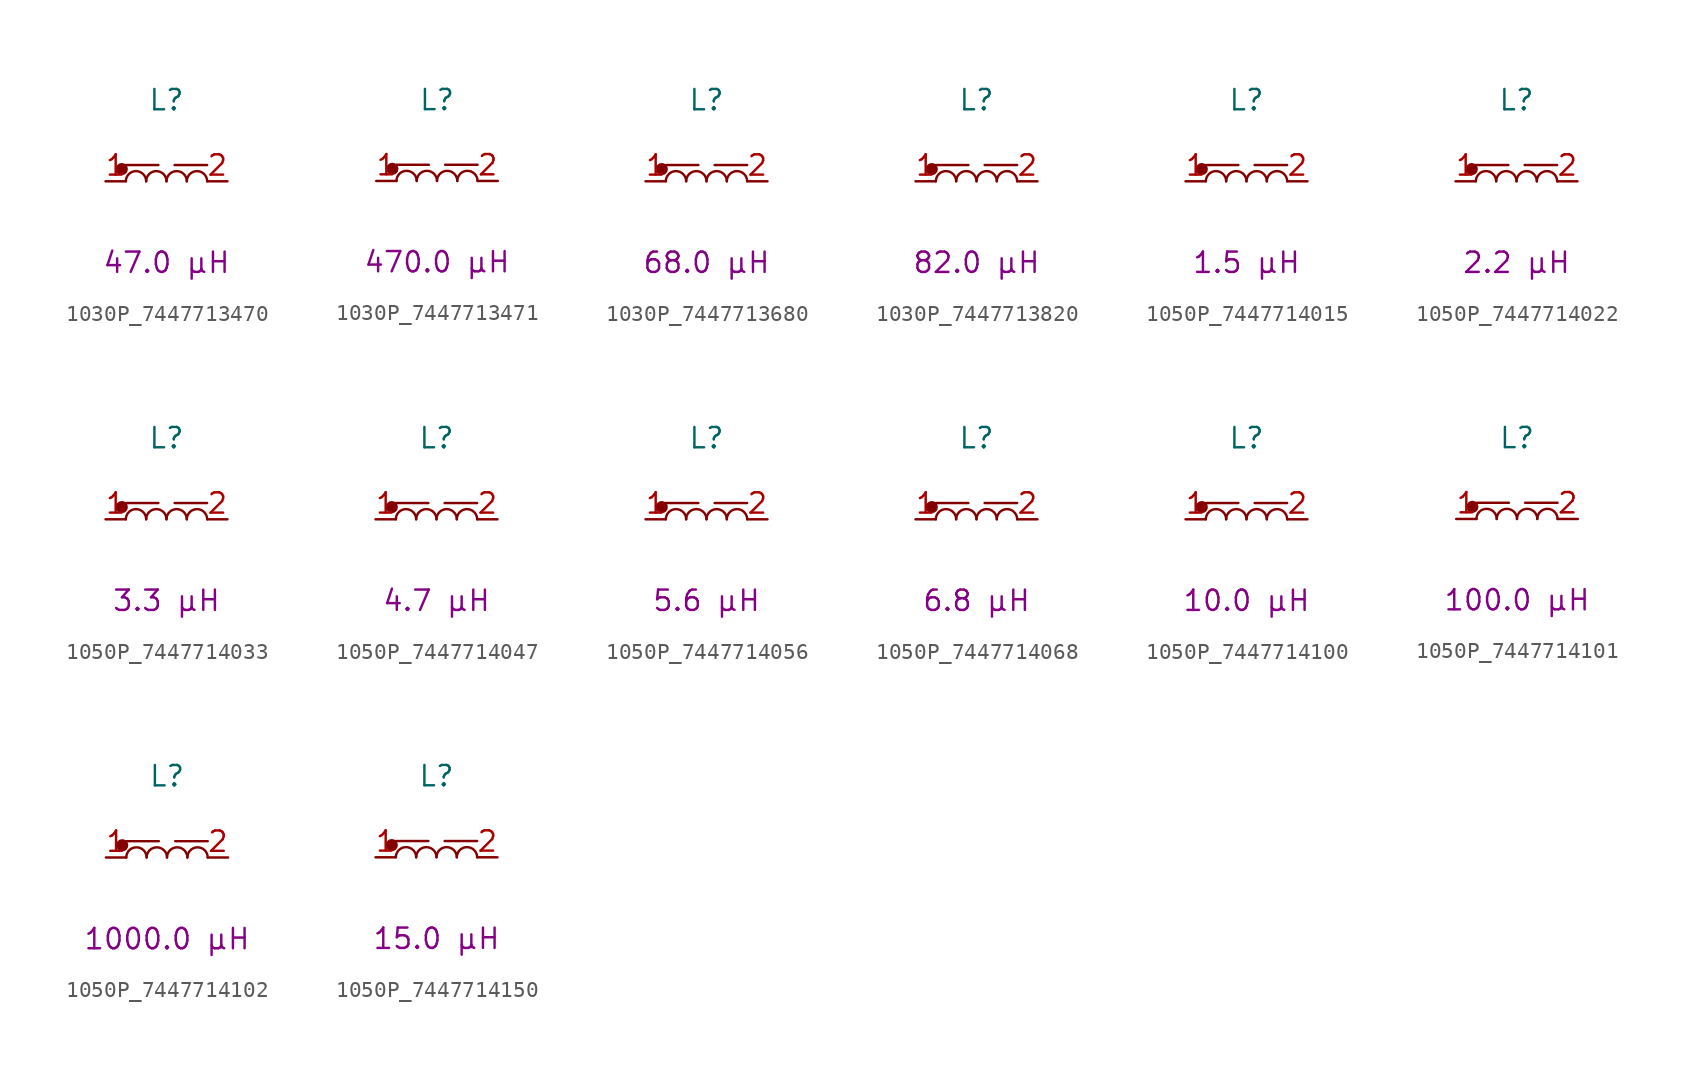
<source format=kicad_sym>
(kicad_symbol_lib
  (version 20220914)
  (generator kicad_symbol_editor)
  (symbol "1030P_7447713470"
    (pin_names hide)
    (property "Reference" "L"
      (at 0 5.08 0)
      (effects (font (size 1.27 1.27))))
    (property "Critical Parameter" "47.0 µH"
      (at 0 -5.08 0)
      (effects (font (size 1.27 1.27))))
    (symbol "1030P_7447713470_0_1"
      (arc (start -1.27 0) (mid -1.905 0.6323) (end -2.54 0) (stroke (width 0) (type default)) (fill (type none)))
      (arc (start 0 0) (mid -0.635 0.6323) (end -1.27 0) (stroke (width 0) (type default)) (fill (type none)))
      (polyline (pts (xy -2.54 1.016) (xy -0.508 1.016)) (stroke (width 0) (type default)) (fill (type none)))
      (arc (start 1.27 0) (mid 0.635 0.6323) (end 0 0) (stroke (width 0) (type default)) (fill (type none)))
      (arc (start 2.54 0) (mid 1.905 0.6323) (end 1.27 0) (stroke (width 0) (type default)) (fill (type none))))
    (symbol "1030P_7447713470_1_1"
      (circle (center -2.794 0.762) (radius 0.0001) (stroke (width 0.381) (type default)) (fill (type none)))
      (polyline (pts (xy 2.54 1.016) (xy 0.508 1.016)) (stroke (width 0) (type default)) (fill (type none)))
      (pin passive line (at -3.81 0 0) (length 1.27) (name "1" (effects (font (size 1.27 1.27)))) (number "1" (effects (font (size 1.27 1.27)))))
      (pin passive line (at 3.81 0 180) (length 1.27) (name "2" (effects (font (size 1.27 1.27)))) (number "2" (effects (font (size 1.27 1.27)))))))
  (symbol "1030P_7447713471"
    (pin_names hide)
    (property "Reference" "L"
      (at 0 5.08 0)
      (effects (font (size 1.27 1.27))))
    (property "Critical Parameter" "470.0 µH"
      (at 0 -5.08 0)
      (effects (font (size 1.27 1.27))))
    (symbol "1030P_7447713471_0_1"
      (arc (start -1.27 0) (mid -1.905 0.6323) (end -2.54 0) (stroke (width 0) (type default)) (fill (type none)))
      (arc (start 0 0) (mid -0.635 0.6323) (end -1.27 0) (stroke (width 0) (type default)) (fill (type none)))
      (polyline (pts (xy -2.54 1.016) (xy -0.508 1.016)) (stroke (width 0) (type default)) (fill (type none)))
      (arc (start 1.27 0) (mid 0.635 0.6323) (end 0 0) (stroke (width 0) (type default)) (fill (type none)))
      (arc (start 2.54 0) (mid 1.905 0.6323) (end 1.27 0) (stroke (width 0) (type default)) (fill (type none))))
    (symbol "1030P_7447713471_1_1"
      (circle (center -2.794 0.762) (radius 0.0001) (stroke (width 0.381) (type default)) (fill (type none)))
      (polyline (pts (xy 2.54 1.016) (xy 0.508 1.016)) (stroke (width 0) (type default)) (fill (type none)))
      (pin passive line (at -3.81 0 0) (length 1.27) (name "1" (effects (font (size 1.27 1.27)))) (number "1" (effects (font (size 1.27 1.27)))))
      (pin passive line (at 3.81 0 180) (length 1.27) (name "2" (effects (font (size 1.27 1.27)))) (number "2" (effects (font (size 1.27 1.27)))))))
  (symbol "1030P_7447713680"
    (pin_names hide)
    (property "Reference" "L"
      (at 0 5.08 0)
      (effects (font (size 1.27 1.27))))
    (property "Critical Parameter" "68.0 µH"
      (at 0 -5.08 0)
      (effects (font (size 1.27 1.27))))
    (symbol "1030P_7447713680_0_1"
      (arc (start -1.27 0) (mid -1.905 0.6323) (end -2.54 0) (stroke (width 0) (type default)) (fill (type none)))
      (arc (start 0 0) (mid -0.635 0.6323) (end -1.27 0) (stroke (width 0) (type default)) (fill (type none)))
      (polyline (pts (xy -2.54 1.016) (xy -0.508 1.016)) (stroke (width 0) (type default)) (fill (type none)))
      (arc (start 1.27 0) (mid 0.635 0.6323) (end 0 0) (stroke (width 0) (type default)) (fill (type none)))
      (arc (start 2.54 0) (mid 1.905 0.6323) (end 1.27 0) (stroke (width 0) (type default)) (fill (type none))))
    (symbol "1030P_7447713680_1_1"
      (circle (center -2.794 0.762) (radius 0.0001) (stroke (width 0.381) (type default)) (fill (type none)))
      (polyline (pts (xy 2.54 1.016) (xy 0.508 1.016)) (stroke (width 0) (type default)) (fill (type none)))
      (pin passive line (at -3.81 0 0) (length 1.27) (name "1" (effects (font (size 1.27 1.27)))) (number "1" (effects (font (size 1.27 1.27)))))
      (pin passive line (at 3.81 0 180) (length 1.27) (name "2" (effects (font (size 1.27 1.27)))) (number "2" (effects (font (size 1.27 1.27)))))))
  (symbol "1030P_7447713820"
    (pin_names hide)
    (property "Reference" "L"
      (at 0 5.08 0)
      (effects (font (size 1.27 1.27))))
    (property "Critical Parameter" "82.0 µH"
      (at 0 -5.08 0)
      (effects (font (size 1.27 1.27))))
    (symbol "1030P_7447713820_0_1"
      (arc (start -1.27 0) (mid -1.905 0.6323) (end -2.54 0) (stroke (width 0) (type default)) (fill (type none)))
      (arc (start 0 0) (mid -0.635 0.6323) (end -1.27 0) (stroke (width 0) (type default)) (fill (type none)))
      (polyline (pts (xy -2.54 1.016) (xy -0.508 1.016)) (stroke (width 0) (type default)) (fill (type none)))
      (arc (start 1.27 0) (mid 0.635 0.6323) (end 0 0) (stroke (width 0) (type default)) (fill (type none)))
      (arc (start 2.54 0) (mid 1.905 0.6323) (end 1.27 0) (stroke (width 0) (type default)) (fill (type none))))
    (symbol "1030P_7447713820_1_1"
      (circle (center -2.794 0.762) (radius 0.0001) (stroke (width 0.381) (type default)) (fill (type none)))
      (polyline (pts (xy 2.54 1.016) (xy 0.508 1.016)) (stroke (width 0) (type default)) (fill (type none)))
      (pin passive line (at -3.81 0 0) (length 1.27) (name "1" (effects (font (size 1.27 1.27)))) (number "1" (effects (font (size 1.27 1.27)))))
      (pin passive line (at 3.81 0 180) (length 1.27) (name "2" (effects (font (size 1.27 1.27)))) (number "2" (effects (font (size 1.27 1.27)))))))
  (symbol "1050P_7447714015"
    (pin_names hide)
    (property "Reference" "L"
      (at 0 5.08 0)
      (effects (font (size 1.27 1.27))))
    (property "Critical Parameter" "1.5 µH"
      (at 0 -5.08 0)
      (effects (font (size 1.27 1.27))))
    (symbol "1050P_7447714015_0_1"
      (arc (start -1.27 0) (mid -1.905 0.6323) (end -2.54 0) (stroke (width 0) (type default)) (fill (type none)))
      (arc (start 0 0) (mid -0.635 0.6323) (end -1.27 0) (stroke (width 0) (type default)) (fill (type none)))
      (polyline (pts (xy -2.54 1.016) (xy -0.508 1.016)) (stroke (width 0) (type default)) (fill (type none)))
      (arc (start 1.27 0) (mid 0.635 0.6323) (end 0 0) (stroke (width 0) (type default)) (fill (type none)))
      (arc (start 2.54 0) (mid 1.905 0.6323) (end 1.27 0) (stroke (width 0) (type default)) (fill (type none))))
    (symbol "1050P_7447714015_1_1"
      (circle (center -2.794 0.762) (radius 0.0001) (stroke (width 0.381) (type default)) (fill (type none)))
      (polyline (pts (xy 2.54 1.016) (xy 0.508 1.016)) (stroke (width 0) (type default)) (fill (type none)))
      (pin passive line (at -3.81 0 0) (length 1.27) (name "1" (effects (font (size 1.27 1.27)))) (number "1" (effects (font (size 1.27 1.27)))))
      (pin passive line (at 3.81 0 180) (length 1.27) (name "2" (effects (font (size 1.27 1.27)))) (number "2" (effects (font (size 1.27 1.27)))))))
  (symbol "1050P_7447714022"
    (pin_names hide)
    (property "Reference" "L"
      (at 0 5.08 0)
      (effects (font (size 1.27 1.27))))
    (property "Critical Parameter" "2.2 µH"
      (at 0 -5.08 0)
      (effects (font (size 1.27 1.27))))
    (symbol "1050P_7447714022_0_1"
      (arc (start -1.27 0) (mid -1.905 0.6323) (end -2.54 0) (stroke (width 0) (type default)) (fill (type none)))
      (arc (start 0 0) (mid -0.635 0.6323) (end -1.27 0) (stroke (width 0) (type default)) (fill (type none)))
      (polyline (pts (xy -2.54 1.016) (xy -0.508 1.016)) (stroke (width 0) (type default)) (fill (type none)))
      (arc (start 1.27 0) (mid 0.635 0.6323) (end 0 0) (stroke (width 0) (type default)) (fill (type none)))
      (arc (start 2.54 0) (mid 1.905 0.6323) (end 1.27 0) (stroke (width 0) (type default)) (fill (type none))))
    (symbol "1050P_7447714022_1_1"
      (circle (center -2.794 0.762) (radius 0.0001) (stroke (width 0.381) (type default)) (fill (type none)))
      (polyline (pts (xy 2.54 1.016) (xy 0.508 1.016)) (stroke (width 0) (type default)) (fill (type none)))
      (pin passive line (at -3.81 0 0) (length 1.27) (name "1" (effects (font (size 1.27 1.27)))) (number "1" (effects (font (size 1.27 1.27)))))
      (pin passive line (at 3.81 0 180) (length 1.27) (name "2" (effects (font (size 1.27 1.27)))) (number "2" (effects (font (size 1.27 1.27)))))))
  (symbol "1050P_7447714033"
    (pin_names hide)
    (property "Reference" "L"
      (at 0 5.08 0)
      (effects (font (size 1.27 1.27))))
    (property "Critical Parameter" "3.3 µH"
      (at 0 -5.08 0)
      (effects (font (size 1.27 1.27))))
    (symbol "1050P_7447714033_0_1"
      (arc (start -1.27 0) (mid -1.905 0.6323) (end -2.54 0) (stroke (width 0) (type default)) (fill (type none)))
      (arc (start 0 0) (mid -0.635 0.6323) (end -1.27 0) (stroke (width 0) (type default)) (fill (type none)))
      (polyline (pts (xy -2.54 1.016) (xy -0.508 1.016)) (stroke (width 0) (type default)) (fill (type none)))
      (arc (start 1.27 0) (mid 0.635 0.6323) (end 0 0) (stroke (width 0) (type default)) (fill (type none)))
      (arc (start 2.54 0) (mid 1.905 0.6323) (end 1.27 0) (stroke (width 0) (type default)) (fill (type none))))
    (symbol "1050P_7447714033_1_1"
      (circle (center -2.794 0.762) (radius 0.0001) (stroke (width 0.381) (type default)) (fill (type none)))
      (polyline (pts (xy 2.54 1.016) (xy 0.508 1.016)) (stroke (width 0) (type default)) (fill (type none)))
      (pin passive line (at -3.81 0 0) (length 1.27) (name "1" (effects (font (size 1.27 1.27)))) (number "1" (effects (font (size 1.27 1.27)))))
      (pin passive line (at 3.81 0 180) (length 1.27) (name "2" (effects (font (size 1.27 1.27)))) (number "2" (effects (font (size 1.27 1.27)))))))
  (symbol "1050P_7447714047"
    (pin_names hide)
    (property "Reference" "L"
      (at 0 5.08 0)
      (effects (font (size 1.27 1.27))))
    (property "Critical Parameter" "4.7 µH"
      (at 0 -5.08 0)
      (effects (font (size 1.27 1.27))))
    (symbol "1050P_7447714047_0_1"
      (arc (start -1.27 0) (mid -1.905 0.6323) (end -2.54 0) (stroke (width 0) (type default)) (fill (type none)))
      (arc (start 0 0) (mid -0.635 0.6323) (end -1.27 0) (stroke (width 0) (type default)) (fill (type none)))
      (polyline (pts (xy -2.54 1.016) (xy -0.508 1.016)) (stroke (width 0) (type default)) (fill (type none)))
      (arc (start 1.27 0) (mid 0.635 0.6323) (end 0 0) (stroke (width 0) (type default)) (fill (type none)))
      (arc (start 2.54 0) (mid 1.905 0.6323) (end 1.27 0) (stroke (width 0) (type default)) (fill (type none))))
    (symbol "1050P_7447714047_1_1"
      (circle (center -2.794 0.762) (radius 0.0001) (stroke (width 0.381) (type default)) (fill (type none)))
      (polyline (pts (xy 2.54 1.016) (xy 0.508 1.016)) (stroke (width 0) (type default)) (fill (type none)))
      (pin passive line (at -3.81 0 0) (length 1.27) (name "1" (effects (font (size 1.27 1.27)))) (number "1" (effects (font (size 1.27 1.27)))))
      (pin passive line (at 3.81 0 180) (length 1.27) (name "2" (effects (font (size 1.27 1.27)))) (number "2" (effects (font (size 1.27 1.27)))))))
  (symbol "1050P_7447714056"
    (pin_names hide)
    (property "Reference" "L"
      (at 0 5.08 0)
      (effects (font (size 1.27 1.27))))
    (property "Critical Parameter" "5.6 µH"
      (at 0 -5.08 0)
      (effects (font (size 1.27 1.27))))
    (symbol "1050P_7447714056_0_1"
      (arc (start -1.27 0) (mid -1.905 0.6323) (end -2.54 0) (stroke (width 0) (type default)) (fill (type none)))
      (arc (start 0 0) (mid -0.635 0.6323) (end -1.27 0) (stroke (width 0) (type default)) (fill (type none)))
      (polyline (pts (xy -2.54 1.016) (xy -0.508 1.016)) (stroke (width 0) (type default)) (fill (type none)))
      (arc (start 1.27 0) (mid 0.635 0.6323) (end 0 0) (stroke (width 0) (type default)) (fill (type none)))
      (arc (start 2.54 0) (mid 1.905 0.6323) (end 1.27 0) (stroke (width 0) (type default)) (fill (type none))))
    (symbol "1050P_7447714056_1_1"
      (circle (center -2.794 0.762) (radius 0.0001) (stroke (width 0.381) (type default)) (fill (type none)))
      (polyline (pts (xy 2.54 1.016) (xy 0.508 1.016)) (stroke (width 0) (type default)) (fill (type none)))
      (pin passive line (at -3.81 0 0) (length 1.27) (name "1" (effects (font (size 1.27 1.27)))) (number "1" (effects (font (size 1.27 1.27)))))
      (pin passive line (at 3.81 0 180) (length 1.27) (name "2" (effects (font (size 1.27 1.27)))) (number "2" (effects (font (size 1.27 1.27)))))))
  (symbol "1050P_7447714068"
    (pin_names hide)
    (property "Reference" "L"
      (at 0 5.08 0)
      (effects (font (size 1.27 1.27))))
    (property "Critical Parameter" "6.8 µH"
      (at 0 -5.08 0)
      (effects (font (size 1.27 1.27))))
    (symbol "1050P_7447714068_0_1"
      (arc (start -1.27 0) (mid -1.905 0.6323) (end -2.54 0) (stroke (width 0) (type default)) (fill (type none)))
      (arc (start 0 0) (mid -0.635 0.6323) (end -1.27 0) (stroke (width 0) (type default)) (fill (type none)))
      (polyline (pts (xy -2.54 1.016) (xy -0.508 1.016)) (stroke (width 0) (type default)) (fill (type none)))
      (arc (start 1.27 0) (mid 0.635 0.6323) (end 0 0) (stroke (width 0) (type default)) (fill (type none)))
      (arc (start 2.54 0) (mid 1.905 0.6323) (end 1.27 0) (stroke (width 0) (type default)) (fill (type none))))
    (symbol "1050P_7447714068_1_1"
      (circle (center -2.794 0.762) (radius 0.0001) (stroke (width 0.381) (type default)) (fill (type none)))
      (polyline (pts (xy 2.54 1.016) (xy 0.508 1.016)) (stroke (width 0) (type default)) (fill (type none)))
      (pin passive line (at -3.81 0 0) (length 1.27) (name "1" (effects (font (size 1.27 1.27)))) (number "1" (effects (font (size 1.27 1.27)))))
      (pin passive line (at 3.81 0 180) (length 1.27) (name "2" (effects (font (size 1.27 1.27)))) (number "2" (effects (font (size 1.27 1.27)))))))
  (symbol "1050P_7447714100"
    (pin_names hide)
    (property "Reference" "L"
      (at 0 5.08 0)
      (effects (font (size 1.27 1.27))))
    (property "Critical Parameter" "10.0 µH"
      (at 0 -5.08 0)
      (effects (font (size 1.27 1.27))))
    (symbol "1050P_7447714100_0_1"
      (arc (start -1.27 0) (mid -1.905 0.6323) (end -2.54 0) (stroke (width 0) (type default)) (fill (type none)))
      (arc (start 0 0) (mid -0.635 0.6323) (end -1.27 0) (stroke (width 0) (type default)) (fill (type none)))
      (polyline (pts (xy -2.54 1.016) (xy -0.508 1.016)) (stroke (width 0) (type default)) (fill (type none)))
      (arc (start 1.27 0) (mid 0.635 0.6323) (end 0 0) (stroke (width 0) (type default)) (fill (type none)))
      (arc (start 2.54 0) (mid 1.905 0.6323) (end 1.27 0) (stroke (width 0) (type default)) (fill (type none))))
    (symbol "1050P_7447714100_1_1"
      (circle (center -2.794 0.762) (radius 0.0001) (stroke (width 0.381) (type default)) (fill (type none)))
      (polyline (pts (xy 2.54 1.016) (xy 0.508 1.016)) (stroke (width 0) (type default)) (fill (type none)))
      (pin passive line (at -3.81 0 0) (length 1.27) (name "1" (effects (font (size 1.27 1.27)))) (number "1" (effects (font (size 1.27 1.27)))))
      (pin passive line (at 3.81 0 180) (length 1.27) (name "2" (effects (font (size 1.27 1.27)))) (number "2" (effects (font (size 1.27 1.27)))))))
  (symbol "1050P_7447714101"
    (pin_names hide)
    (property "Reference" "L"
      (at 0 5.08 0)
      (effects (font (size 1.27 1.27))))
    (property "Critical Parameter" "100.0 µH"
      (at 0 -5.08 0)
      (effects (font (size 1.27 1.27))))
    (symbol "1050P_7447714101_0_1"
      (arc (start -1.27 0) (mid -1.905 0.6323) (end -2.54 0) (stroke (width 0) (type default)) (fill (type none)))
      (arc (start 0 0) (mid -0.635 0.6323) (end -1.27 0) (stroke (width 0) (type default)) (fill (type none)))
      (polyline (pts (xy -2.54 1.016) (xy -0.508 1.016)) (stroke (width 0) (type default)) (fill (type none)))
      (arc (start 1.27 0) (mid 0.635 0.6323) (end 0 0) (stroke (width 0) (type default)) (fill (type none)))
      (arc (start 2.54 0) (mid 1.905 0.6323) (end 1.27 0) (stroke (width 0) (type default)) (fill (type none))))
    (symbol "1050P_7447714101_1_1"
      (circle (center -2.794 0.762) (radius 0.0001) (stroke (width 0.381) (type default)) (fill (type none)))
      (polyline (pts (xy 2.54 1.016) (xy 0.508 1.016)) (stroke (width 0) (type default)) (fill (type none)))
      (pin passive line (at -3.81 0 0) (length 1.27) (name "1" (effects (font (size 1.27 1.27)))) (number "1" (effects (font (size 1.27 1.27)))))
      (pin passive line (at 3.81 0 180) (length 1.27) (name "2" (effects (font (size 1.27 1.27)))) (number "2" (effects (font (size 1.27 1.27)))))))
  (symbol "1050P_7447714102"
    (pin_names hide)
    (property "Reference" "L"
      (at 0 5.08 0)
      (effects (font (size 1.27 1.27))))
    (property "Critical Parameter" "1000.0 µH"
      (at 0 -5.08 0)
      (effects (font (size 1.27 1.27))))
    (symbol "1050P_7447714102_0_1"
      (arc (start -1.27 0) (mid -1.905 0.6323) (end -2.54 0) (stroke (width 0) (type default)) (fill (type none)))
      (arc (start 0 0) (mid -0.635 0.6323) (end -1.27 0) (stroke (width 0) (type default)) (fill (type none)))
      (polyline (pts (xy -2.54 1.016) (xy -0.508 1.016)) (stroke (width 0) (type default)) (fill (type none)))
      (arc (start 1.27 0) (mid 0.635 0.6323) (end 0 0) (stroke (width 0) (type default)) (fill (type none)))
      (arc (start 2.54 0) (mid 1.905 0.6323) (end 1.27 0) (stroke (width 0) (type default)) (fill (type none))))
    (symbol "1050P_7447714102_1_1"
      (circle (center -2.794 0.762) (radius 0.0001) (stroke (width 0.381) (type default)) (fill (type none)))
      (polyline (pts (xy 2.54 1.016) (xy 0.508 1.016)) (stroke (width 0) (type default)) (fill (type none)))
      (pin passive line (at -3.81 0 0) (length 1.27) (name "1" (effects (font (size 1.27 1.27)))) (number "1" (effects (font (size 1.27 1.27)))))
      (pin passive line (at 3.81 0 180) (length 1.27) (name "2" (effects (font (size 1.27 1.27)))) (number "2" (effects (font (size 1.27 1.27)))))))
  (symbol "1050P_7447714150"
    (pin_names hide)
    (property "Reference" "L"
      (at 0 5.08 0)
      (effects (font (size 1.27 1.27))))
    (property "Critical Parameter" "15.0 µH"
      (at 0 -5.08 0)
      (effects (font (size 1.27 1.27))))
    (symbol "1050P_7447714150_0_1"
      (arc (start -1.27 0) (mid -1.905 0.6323) (end -2.54 0) (stroke (width 0) (type default)) (fill (type none)))
      (arc (start 0 0) (mid -0.635 0.6323) (end -1.27 0) (stroke (width 0) (type default)) (fill (type none)))
      (polyline (pts (xy -2.54 1.016) (xy -0.508 1.016)) (stroke (width 0) (type default)) (fill (type none)))
      (arc (start 1.27 0) (mid 0.635 0.6323) (end 0 0) (stroke (width 0) (type default)) (fill (type none)))
      (arc (start 2.54 0) (mid 1.905 0.6323) (end 1.27 0) (stroke (width 0) (type default)) (fill (type none))))
    (symbol "1050P_7447714150_1_1"
      (circle (center -2.794 0.762) (radius 0.0001) (stroke (width 0.381) (type default)) (fill (type none)))
      (polyline (pts (xy 2.54 1.016) (xy 0.508 1.016)) (stroke (width 0) (type default)) (fill (type none)))
      (pin passive line (at -3.81 0 0) (length 1.27) (name "1" (effects (font (size 1.27 1.27)))) (number "1" (effects (font (size 1.27 1.27)))))
      (pin passive line (at 3.81 0 180) (length 1.27) (name "2" (effects (font (size 1.27 1.27)))) (number "2" (effects (font (size 1.27 1.27))))))))
</source>
